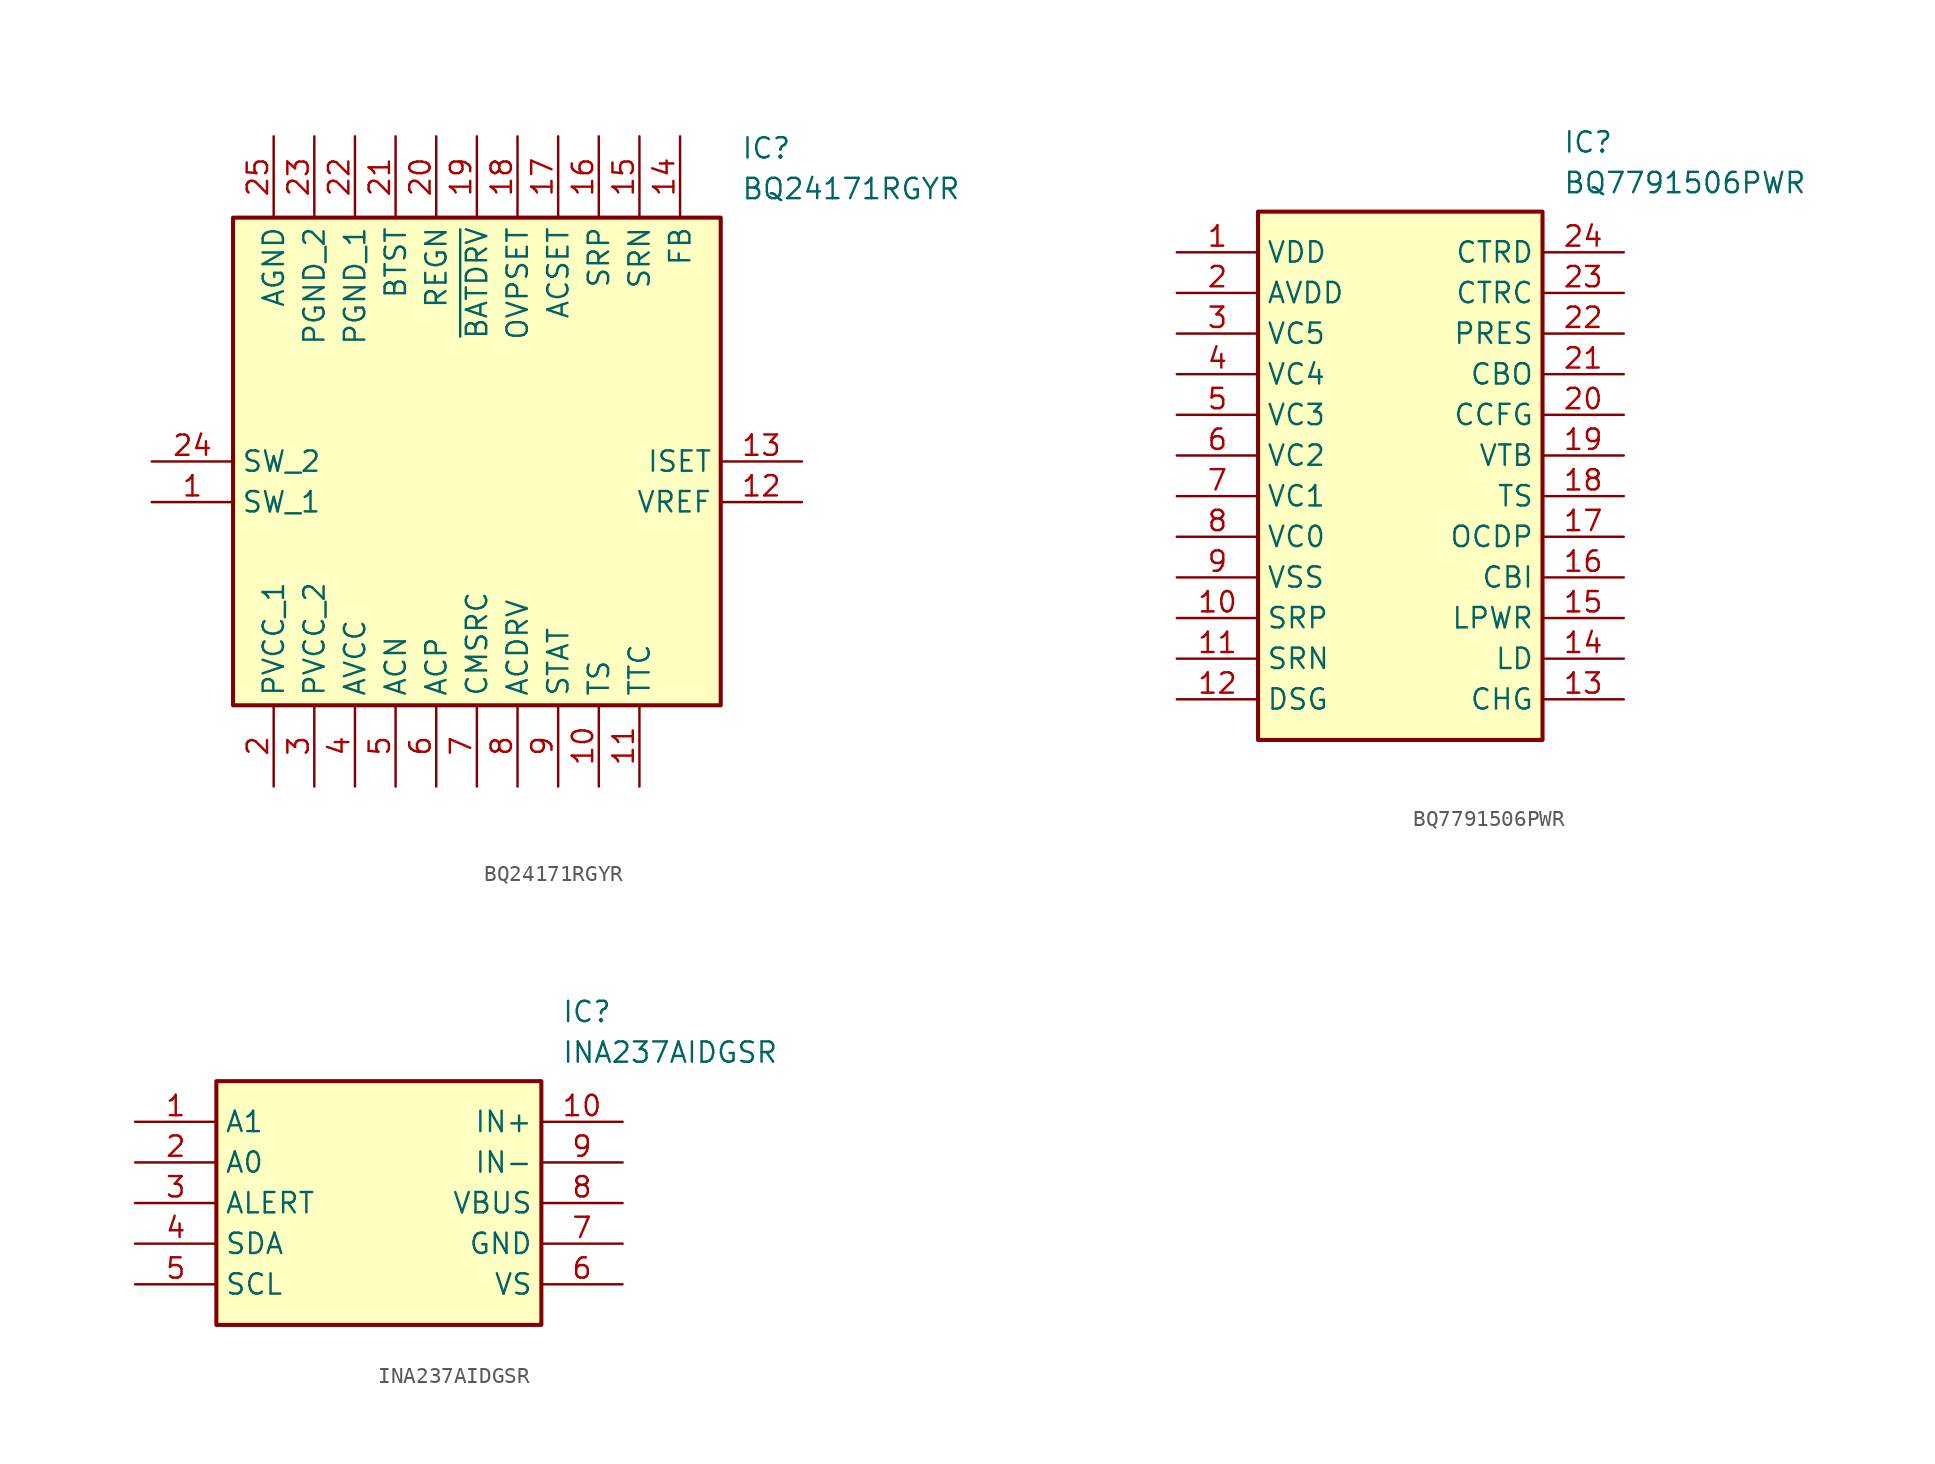
<source format=kicad_sym>
(kicad_symbol_lib
  (version 20220914)
  (generator kicad_symbol_editor)
  (symbol "BQ24171RGYR"
    (property "Reference" "IC"
      (at 36.83 20.32 0)
      (effects (font (size 1.27 1.27)) (justify left top)))
    (property "Value" "BQ24171RGYR"
      (at 36.83 17.78 0)
      (effects (font (size 1.27 1.27)) (justify left top)))
    (symbol "BQ24171RGYR_1_1"
      (rectangle (start 5.08 15.24) (end 35.56 -15.24) (stroke (width 0.254) (type default)) (fill (type background)))
      (pin passive line (at 0 -2.54 0) (length 5.08) (name "SW_1" (effects (font (size 1.27 1.27)))) (number "1" (effects (font (size 1.27 1.27)))))
      (pin passive line (at 27.94 -20.32 90) (length 5.08) (name "TS" (effects (font (size 1.27 1.27)))) (number "10" (effects (font (size 1.27 1.27)))))
      (pin passive line (at 30.48 -20.32 90) (length 5.08) (name "TTC" (effects (font (size 1.27 1.27)))) (number "11" (effects (font (size 1.27 1.27)))))
      (pin passive line (at 40.64 -2.54 180) (length 5.08) (name "VREF" (effects (font (size 1.27 1.27)))) (number "12" (effects (font (size 1.27 1.27)))))
      (pin passive line (at 40.64 0 180) (length 5.08) (name "ISET" (effects (font (size 1.27 1.27)))) (number "13" (effects (font (size 1.27 1.27)))))
      (pin passive line (at 33.02 20.32 270) (length 5.08) (name "FB" (effects (font (size 1.27 1.27)))) (number "14" (effects (font (size 1.27 1.27)))))
      (pin passive line (at 30.48 20.32 270) (length 5.08) (name "SRN" (effects (font (size 1.27 1.27)))) (number "15" (effects (font (size 1.27 1.27)))))
      (pin passive line (at 27.94 20.32 270) (length 5.08) (name "SRP" (effects (font (size 1.27 1.27)))) (number "16" (effects (font (size 1.27 1.27)))))
      (pin passive line (at 25.4 20.32 270) (length 5.08) (name "ACSET" (effects (font (size 1.27 1.27)))) (number "17" (effects (font (size 1.27 1.27)))))
      (pin passive line (at 22.86 20.32 270) (length 5.08) (name "OVPSET" (effects (font (size 1.27 1.27)))) (number "18" (effects (font (size 1.27 1.27)))))
      (pin passive line (at 20.32 20.32 270) (length 5.08) (name "~{BATDRV}" (effects (font (size 1.27 1.27)))) (number "19" (effects (font (size 1.27 1.27)))))
      (pin power_in line (at 7.62 -20.32 90) (length 5.08) (name "PVCC_1" (effects (font (size 1.27 1.27)))) (number "2" (effects (font (size 1.27 1.27)))))
      (pin passive line (at 17.78 20.32 270) (length 5.08) (name "REGN" (effects (font (size 1.27 1.27)))) (number "20" (effects (font (size 1.27 1.27)))))
      (pin passive line (at 15.24 20.32 270) (length 5.08) (name "BTST" (effects (font (size 1.27 1.27)))) (number "21" (effects (font (size 1.27 1.27)))))
      (pin power_in line (at 12.7 20.32 270) (length 5.08) (name "PGND_1" (effects (font (size 1.27 1.27)))) (number "22" (effects (font (size 1.27 1.27)))))
      (pin passive line (at 10.16 20.32 270) (length 5.08) (name "PGND_2" (effects (font (size 1.27 1.27)))) (number "23" (effects (font (size 1.27 1.27)))))
      (pin passive line (at 0 0 0) (length 5.08) (name "SW_2" (effects (font (size 1.27 1.27)))) (number "24" (effects (font (size 1.27 1.27)))))
      (pin power_in line (at 7.62 20.32 270) (length 5.08) (name "AGND" (effects (font (size 1.27 1.27)))) (number "25" (effects (font (size 1.27 1.27)))))
      (pin power_in line (at 10.16 -20.32 90) (length 5.08) (name "PVCC_2" (effects (font (size 1.27 1.27)))) (number "3" (effects (font (size 1.27 1.27)))))
      (pin power_in line (at 12.7 -20.32 90) (length 5.08) (name "AVCC" (effects (font (size 1.27 1.27)))) (number "4" (effects (font (size 1.27 1.27)))))
      (pin passive line (at 15.24 -20.32 90) (length 5.08) (name "ACN" (effects (font (size 1.27 1.27)))) (number "5" (effects (font (size 1.27 1.27)))))
      (pin passive line (at 17.78 -20.32 90) (length 5.08) (name "ACP" (effects (font (size 1.27 1.27)))) (number "6" (effects (font (size 1.27 1.27)))))
      (pin passive line (at 20.32 -20.32 90) (length 5.08) (name "CMSRC" (effects (font (size 1.27 1.27)))) (number "7" (effects (font (size 1.27 1.27)))))
      (pin passive line (at 22.86 -20.32 90) (length 5.08) (name "ACDRV" (effects (font (size 1.27 1.27)))) (number "8" (effects (font (size 1.27 1.27)))))
      (pin passive line (at 25.4 -20.32 90) (length 5.08) (name "STAT" (effects (font (size 1.27 1.27)))) (number "9" (effects (font (size 1.27 1.27)))))))
  (symbol "BQ7791506PWR"
    (property "Reference" "IC"
      (at 24.13 7.62 0)
      (effects (font (size 1.27 1.27)) (justify left top)))
    (property "Value" "BQ7791506PWR"
      (at 24.13 5.08 0)
      (effects (font (size 1.27 1.27)) (justify left top)))
    (symbol "BQ7791506PWR_1_1"
      (rectangle (start 5.08 2.54) (end 22.86 -30.48) (stroke (width 0.254) (type default)) (fill (type background)))
      (pin passive line (at 0 0 0) (length 5.08) (name "VDD" (effects (font (size 1.27 1.27)))) (number "1" (effects (font (size 1.27 1.27)))))
      (pin passive line (at 0 -22.86 0) (length 5.08) (name "SRP" (effects (font (size 1.27 1.27)))) (number "10" (effects (font (size 1.27 1.27)))))
      (pin passive line (at 0 -25.4 0) (length 5.08) (name "SRN" (effects (font (size 1.27 1.27)))) (number "11" (effects (font (size 1.27 1.27)))))
      (pin passive line (at 0 -27.94 0) (length 5.08) (name "DSG" (effects (font (size 1.27 1.27)))) (number "12" (effects (font (size 1.27 1.27)))))
      (pin passive line (at 27.94 -27.94 180) (length 5.08) (name "CHG" (effects (font (size 1.27 1.27)))) (number "13" (effects (font (size 1.27 1.27)))))
      (pin passive line (at 27.94 -25.4 180) (length 5.08) (name "LD" (effects (font (size 1.27 1.27)))) (number "14" (effects (font (size 1.27 1.27)))))
      (pin passive line (at 27.94 -22.86 180) (length 5.08) (name "LPWR" (effects (font (size 1.27 1.27)))) (number "15" (effects (font (size 1.27 1.27)))))
      (pin passive line (at 27.94 -20.32 180) (length 5.08) (name "CBI" (effects (font (size 1.27 1.27)))) (number "16" (effects (font (size 1.27 1.27)))))
      (pin passive line (at 27.94 -17.78 180) (length 5.08) (name "OCDP" (effects (font (size 1.27 1.27)))) (number "17" (effects (font (size 1.27 1.27)))))
      (pin passive line (at 27.94 -15.24 180) (length 5.08) (name "TS" (effects (font (size 1.27 1.27)))) (number "18" (effects (font (size 1.27 1.27)))))
      (pin passive line (at 27.94 -12.7 180) (length 5.08) (name "VTB" (effects (font (size 1.27 1.27)))) (number "19" (effects (font (size 1.27 1.27)))))
      (pin passive line (at 0 -2.54 0) (length 5.08) (name "AVDD" (effects (font (size 1.27 1.27)))) (number "2" (effects (font (size 1.27 1.27)))))
      (pin passive line (at 27.94 -10.16 180) (length 5.08) (name "CCFG" (effects (font (size 1.27 1.27)))) (number "20" (effects (font (size 1.27 1.27)))))
      (pin passive line (at 27.94 -7.62 180) (length 5.08) (name "CBO" (effects (font (size 1.27 1.27)))) (number "21" (effects (font (size 1.27 1.27)))))
      (pin passive line (at 27.94 -5.08 180) (length 5.08) (name "PRES" (effects (font (size 1.27 1.27)))) (number "22" (effects (font (size 1.27 1.27)))))
      (pin passive line (at 27.94 -2.54 180) (length 5.08) (name "CTRC" (effects (font (size 1.27 1.27)))) (number "23" (effects (font (size 1.27 1.27)))))
      (pin passive line (at 27.94 0 180) (length 5.08) (name "CTRD" (effects (font (size 1.27 1.27)))) (number "24" (effects (font (size 1.27 1.27)))))
      (pin passive line (at 0 -5.08 0) (length 5.08) (name "VC5" (effects (font (size 1.27 1.27)))) (number "3" (effects (font (size 1.27 1.27)))))
      (pin passive line (at 0 -7.62 0) (length 5.08) (name "VC4" (effects (font (size 1.27 1.27)))) (number "4" (effects (font (size 1.27 1.27)))))
      (pin passive line (at 0 -10.16 0) (length 5.08) (name "VC3" (effects (font (size 1.27 1.27)))) (number "5" (effects (font (size 1.27 1.27)))))
      (pin passive line (at 0 -12.7 0) (length 5.08) (name "VC2" (effects (font (size 1.27 1.27)))) (number "6" (effects (font (size 1.27 1.27)))))
      (pin passive line (at 0 -15.24 0) (length 5.08) (name "VC1" (effects (font (size 1.27 1.27)))) (number "7" (effects (font (size 1.27 1.27)))))
      (pin passive line (at 0 -17.78 0) (length 5.08) (name "VC0" (effects (font (size 1.27 1.27)))) (number "8" (effects (font (size 1.27 1.27)))))
      (pin passive line (at 0 -20.32 0) (length 5.08) (name "VSS" (effects (font (size 1.27 1.27)))) (number "9" (effects (font (size 1.27 1.27)))))))
  (symbol "INA237AIDGSR"
    (property "Reference" "IC"
      (at 26.67 7.62 0)
      (effects (font (size 1.27 1.27)) (justify left top)))
    (property "Value" "INA237AIDGSR"
      (at 26.67 5.08 0)
      (effects (font (size 1.27 1.27)) (justify left top)))
    (symbol "INA237AIDGSR_1_1"
      (rectangle (start 5.08 2.54) (end 25.4 -12.7) (stroke (width 0.254) (type default)) (fill (type background)))
      (pin input line (at 0 0 0) (length 5.08) (name "A1" (effects (font (size 1.27 1.27)))) (number "1" (effects (font (size 1.27 1.27)))))
      (pin input line (at 30.48 0 180) (length 5.08) (name "IN+" (effects (font (size 1.27 1.27)))) (number "10" (effects (font (size 1.27 1.27)))))
      (pin input line (at 0 -2.54 0) (length 5.08) (name "A0" (effects (font (size 1.27 1.27)))) (number "2" (effects (font (size 1.27 1.27)))))
      (pin output line (at 0 -5.08 0) (length 5.08) (name "ALERT" (effects (font (size 1.27 1.27)))) (number "3" (effects (font (size 1.27 1.27)))))
      (pin bidirectional line (at 0 -7.62 0) (length 5.08) (name "SDA" (effects (font (size 1.27 1.27)))) (number "4" (effects (font (size 1.27 1.27)))))
      (pin input line (at 0 -10.16 0) (length 5.08) (name "SCL" (effects (font (size 1.27 1.27)))) (number "5" (effects (font (size 1.27 1.27)))))
      (pin power_in line (at 30.48 -10.16 180) (length 5.08) (name "VS" (effects (font (size 1.27 1.27)))) (number "6" (effects (font (size 1.27 1.27)))))
      (pin power_in line (at 30.48 -7.62 180) (length 5.08) (name "GND" (effects (font (size 1.27 1.27)))) (number "7" (effects (font (size 1.27 1.27)))))
      (pin input line (at 30.48 -5.08 180) (length 5.08) (name "VBUS" (effects (font (size 1.27 1.27)))) (number "8" (effects (font (size 1.27 1.27)))))
      (pin input line (at 30.48 -2.54 180) (length 5.08) (name "IN-" (effects (font (size 1.27 1.27)))) (number "9" (effects (font (size 1.27 1.27))))))))
</source>
